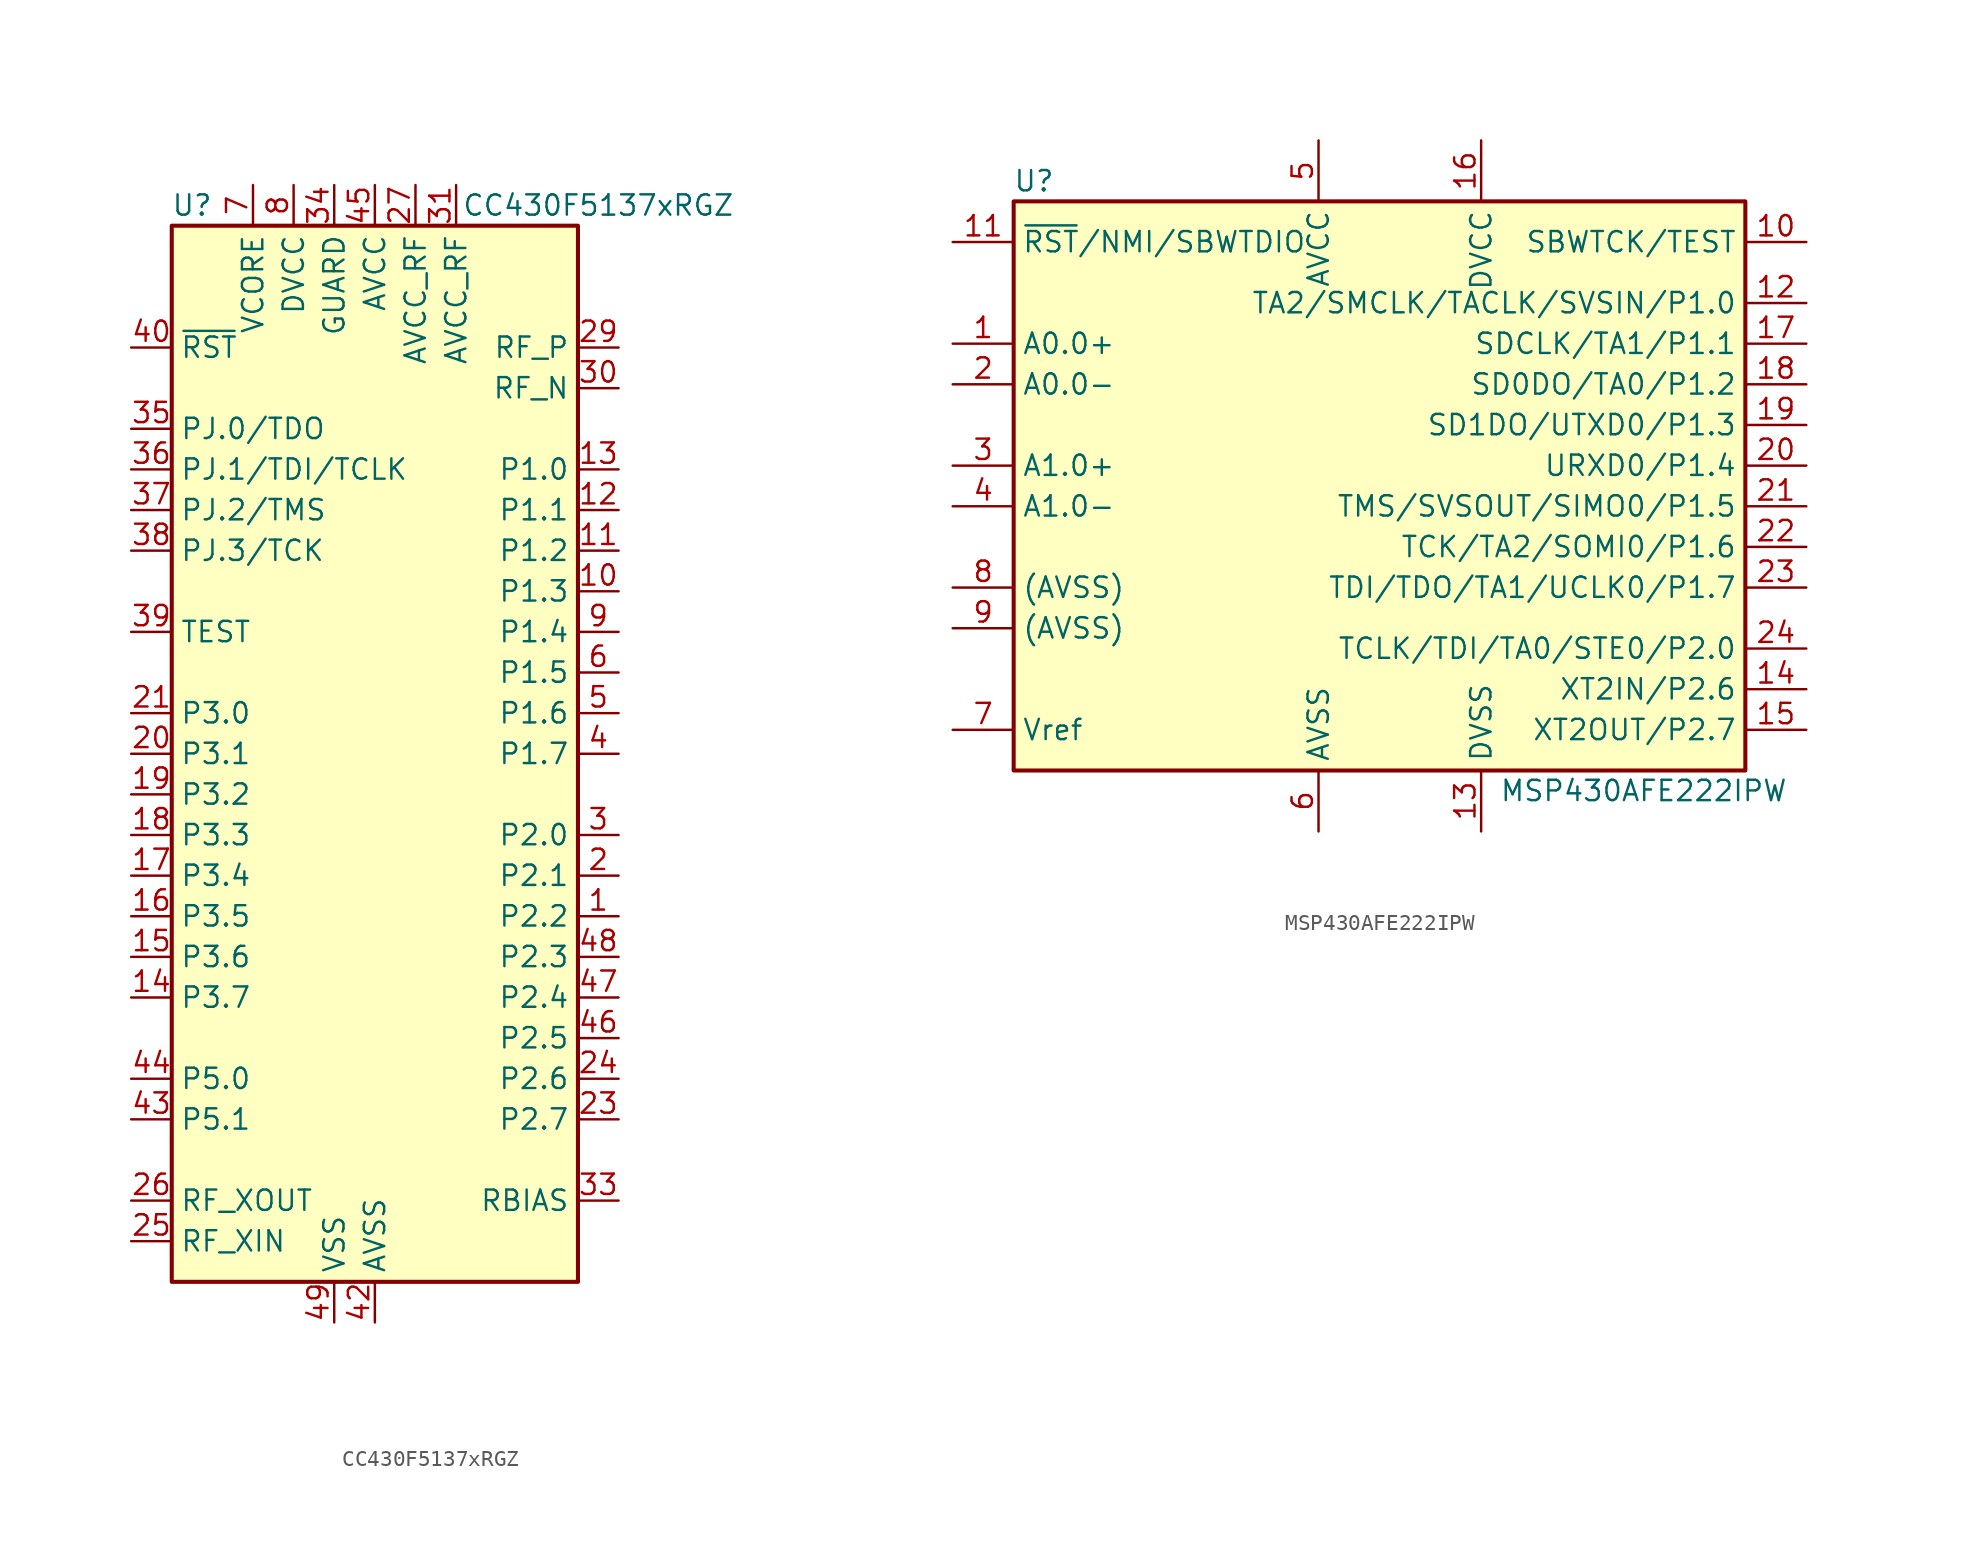
<source format=kicad_sym>
(kicad_symbol_lib
  (version 20211014)
  (generator kicad_symbol_editor)
  (symbol "CC430F5137xRGZ"
    (property "Reference" "U"
      (at -11.43 34.29 0)
      (effects (font (size 1.27 1.27))))
    (property "Value" "CC430F5137xRGZ"
      (at 13.97 34.29 0)
      (effects (font (size 1.27 1.27))))
    (symbol "CC430F5137xRGZ_0_1"
      (rectangle (start -12.7 33.02) (end 12.7 -33.02) (stroke (width 0.254) (type default) (color 0 0 0 0)) (fill (type background))))
    (symbol "CC430F5137xRGZ_1_1"
      (pin bidirectional line (at 15.24 -10.16 180) (length 2.54) (name "P2.2" (effects (font (size 1.27 1.27)))) (number "1" (effects (font (size 1.27 1.27)))))
      (pin bidirectional line (at 15.24 10.16 180) (length 2.54) (name "P1.3" (effects (font (size 1.27 1.27)))) (number "10" (effects (font (size 1.27 1.27)))))
      (pin bidirectional line (at 15.24 12.7 180) (length 2.54) (name "P1.2" (effects (font (size 1.27 1.27)))) (number "11" (effects (font (size 1.27 1.27)))))
      (pin bidirectional line (at 15.24 15.24 180) (length 2.54) (name "P1.1" (effects (font (size 1.27 1.27)))) (number "12" (effects (font (size 1.27 1.27)))))
      (pin bidirectional line (at 15.24 17.78 180) (length 2.54) (name "P1.0" (effects (font (size 1.27 1.27)))) (number "13" (effects (font (size 1.27 1.27)))))
      (pin bidirectional line (at -15.24 -15.24 0) (length 2.54) (name "P3.7" (effects (font (size 1.27 1.27)))) (number "14" (effects (font (size 1.27 1.27)))))
      (pin bidirectional line (at -15.24 -12.7 0) (length 2.54) (name "P3.6" (effects (font (size 1.27 1.27)))) (number "15" (effects (font (size 1.27 1.27)))))
      (pin bidirectional line (at -15.24 -10.16 0) (length 2.54) (name "P3.5" (effects (font (size 1.27 1.27)))) (number "16" (effects (font (size 1.27 1.27)))))
      (pin bidirectional line (at -15.24 -7.62 0) (length 2.54) (name "P3.4" (effects (font (size 1.27 1.27)))) (number "17" (effects (font (size 1.27 1.27)))))
      (pin bidirectional line (at -15.24 -5.08 0) (length 2.54) (name "P3.3" (effects (font (size 1.27 1.27)))) (number "18" (effects (font (size 1.27 1.27)))))
      (pin bidirectional line (at -15.24 -2.54 0) (length 2.54) (name "P3.2" (effects (font (size 1.27 1.27)))) (number "19" (effects (font (size 1.27 1.27)))))
      (pin bidirectional line (at 15.24 -7.62 180) (length 2.54) (name "P2.1" (effects (font (size 1.27 1.27)))) (number "2" (effects (font (size 1.27 1.27)))))
      (pin bidirectional line (at -15.24 0 0) (length 2.54) (name "P3.1" (effects (font (size 1.27 1.27)))) (number "20" (effects (font (size 1.27 1.27)))))
      (pin bidirectional line (at -15.24 2.54 0) (length 2.54) (name "P3.0" (effects (font (size 1.27 1.27)))) (number "21" (effects (font (size 1.27 1.27)))))
      (pin passive line (at -5.08 35.56 270) (length 2.54) hide (name "DVCC" (effects (font (size 1.27 1.27)))) (number "22" (effects (font (size 1.27 1.27)))))
      (pin bidirectional line (at 15.24 -22.86 180) (length 2.54) (name "P2.7" (effects (font (size 1.27 1.27)))) (number "23" (effects (font (size 1.27 1.27)))))
      (pin bidirectional line (at 15.24 -20.32 180) (length 2.54) (name "P2.6" (effects (font (size 1.27 1.27)))) (number "24" (effects (font (size 1.27 1.27)))))
      (pin input line (at -15.24 -30.48 0) (length 2.54) (name "RF_XIN" (effects (font (size 1.27 1.27)))) (number "25" (effects (font (size 1.27 1.27)))))
      (pin output line (at -15.24 -27.94 0) (length 2.54) (name "RF_XOUT" (effects (font (size 1.27 1.27)))) (number "26" (effects (font (size 1.27 1.27)))))
      (pin power_in line (at 2.54 35.56 270) (length 2.54) (name "AVCC_RF" (effects (font (size 1.27 1.27)))) (number "27" (effects (font (size 1.27 1.27)))))
      (pin passive line (at 2.54 35.56 270) (length 2.54) hide (name "AVCC_RF" (effects (font (size 1.27 1.27)))) (number "28" (effects (font (size 1.27 1.27)))))
      (pin passive line (at 15.24 25.4 180) (length 2.54) (name "RF_P" (effects (font (size 1.27 1.27)))) (number "29" (effects (font (size 1.27 1.27)))))
      (pin bidirectional line (at 15.24 -5.08 180) (length 2.54) (name "P2.0" (effects (font (size 1.27 1.27)))) (number "3" (effects (font (size 1.27 1.27)))))
      (pin passive line (at 15.24 22.86 180) (length 2.54) (name "RF_N" (effects (font (size 1.27 1.27)))) (number "30" (effects (font (size 1.27 1.27)))))
      (pin power_in line (at 5.08 35.56 270) (length 2.54) (name "AVCC_RF" (effects (font (size 1.27 1.27)))) (number "31" (effects (font (size 1.27 1.27)))))
      (pin passive line (at 5.08 35.56 270) (length 2.54) hide (name "AVCC_RF" (effects (font (size 1.27 1.27)))) (number "32" (effects (font (size 1.27 1.27)))))
      (pin passive line (at 15.24 -27.94 180) (length 2.54) (name "RBIAS" (effects (font (size 1.27 1.27)))) (number "33" (effects (font (size 1.27 1.27)))))
      (pin power_in line (at -2.54 35.56 270) (length 2.54) (name "GUARD" (effects (font (size 1.27 1.27)))) (number "34" (effects (font (size 1.27 1.27)))))
      (pin bidirectional line (at -15.24 20.32 0) (length 2.54) (name "PJ.0/TDO" (effects (font (size 1.27 1.27)))) (number "35" (effects (font (size 1.27 1.27)))))
      (pin bidirectional line (at -15.24 17.78 0) (length 2.54) (name "PJ.1/TDI/TCLK" (effects (font (size 1.27 1.27)))) (number "36" (effects (font (size 1.27 1.27)))))
      (pin bidirectional line (at -15.24 15.24 0) (length 2.54) (name "PJ.2/TMS" (effects (font (size 1.27 1.27)))) (number "37" (effects (font (size 1.27 1.27)))))
      (pin bidirectional line (at -15.24 12.7 0) (length 2.54) (name "PJ.3/TCK" (effects (font (size 1.27 1.27)))) (number "38" (effects (font (size 1.27 1.27)))))
      (pin bidirectional line (at -15.24 7.62 0) (length 2.54) (name "TEST" (effects (font (size 1.27 1.27)))) (number "39" (effects (font (size 1.27 1.27)))))
      (pin bidirectional line (at 15.24 0 180) (length 2.54) (name "P1.7" (effects (font (size 1.27 1.27)))) (number "4" (effects (font (size 1.27 1.27)))))
      (pin input line (at -15.24 25.4 0) (length 2.54) (name "~{RST}" (effects (font (size 1.27 1.27)))) (number "40" (effects (font (size 1.27 1.27)))))
      (pin passive line (at -5.08 35.56 270) (length 2.54) hide (name "DVCC" (effects (font (size 1.27 1.27)))) (number "41" (effects (font (size 1.27 1.27)))))
      (pin power_in line (at 0 -35.56 90) (length 2.54) (name "AVSS" (effects (font (size 1.27 1.27)))) (number "42" (effects (font (size 1.27 1.27)))))
      (pin bidirectional line (at -15.24 -22.86 0) (length 2.54) (name "P5.1" (effects (font (size 1.27 1.27)))) (number "43" (effects (font (size 1.27 1.27)))))
      (pin bidirectional line (at -15.24 -20.32 0) (length 2.54) (name "P5.0" (effects (font (size 1.27 1.27)))) (number "44" (effects (font (size 1.27 1.27)))))
      (pin power_in line (at 0 35.56 270) (length 2.54) (name "AVCC" (effects (font (size 1.27 1.27)))) (number "45" (effects (font (size 1.27 1.27)))))
      (pin bidirectional line (at 15.24 -17.78 180) (length 2.54) (name "P2.5" (effects (font (size 1.27 1.27)))) (number "46" (effects (font (size 1.27 1.27)))))
      (pin bidirectional line (at 15.24 -15.24 180) (length 2.54) (name "P2.4" (effects (font (size 1.27 1.27)))) (number "47" (effects (font (size 1.27 1.27)))))
      (pin bidirectional line (at 15.24 -12.7 180) (length 2.54) (name "P2.3" (effects (font (size 1.27 1.27)))) (number "48" (effects (font (size 1.27 1.27)))))
      (pin power_in line (at -2.54 -35.56 90) (length 2.54) (name "VSS" (effects (font (size 1.27 1.27)))) (number "49" (effects (font (size 1.27 1.27)))))
      (pin bidirectional line (at 15.24 2.54 180) (length 2.54) (name "P1.6" (effects (font (size 1.27 1.27)))) (number "5" (effects (font (size 1.27 1.27)))))
      (pin bidirectional line (at 15.24 5.08 180) (length 2.54) (name "P1.5" (effects (font (size 1.27 1.27)))) (number "6" (effects (font (size 1.27 1.27)))))
      (pin power_in line (at -7.62 35.56 270) (length 2.54) (name "VCORE" (effects (font (size 1.27 1.27)))) (number "7" (effects (font (size 1.27 1.27)))))
      (pin power_in line (at -5.08 35.56 270) (length 2.54) (name "DVCC" (effects (font (size 1.27 1.27)))) (number "8" (effects (font (size 1.27 1.27)))))
      (pin bidirectional line (at 15.24 7.62 180) (length 2.54) (name "P1.4" (effects (font (size 1.27 1.27)))) (number "9" (effects (font (size 1.27 1.27)))))))
  (symbol "MSP430AFE222IPW"
    (property "Reference" "U"
      (at -22.86 19.05 0)
      (effects (font (size 1.27 1.27))))
    (property "Value" "MSP430AFE222IPW"
      (at 15.24 -19.05 0)
      (effects (font (size 1.27 1.27))))
    (symbol "MSP430AFE222IPW_0_1"
      (rectangle (start -24.13 17.78) (end 21.59 -17.78) (stroke (width 0.254) (type default) (color 0 0 0 0)) (fill (type background))))
    (symbol "MSP430AFE222IPW_1_1"
      (pin passive line (at -27.94 8.89 0) (length 3.81) (name "A0.0+" (effects (font (size 1.27 1.27)))) (number "1" (effects (font (size 1.27 1.27)))))
      (pin input line (at 25.4 15.24 180) (length 3.81) (name "SBWTCK/TEST" (effects (font (size 1.27 1.27)))) (number "10" (effects (font (size 1.27 1.27)))))
      (pin input line (at -27.94 15.24 0) (length 3.81) (name "~{RST}/NMI/SBWTDIO" (effects (font (size 1.27 1.27)))) (number "11" (effects (font (size 1.27 1.27)))))
      (pin bidirectional line (at 25.4 11.43 180) (length 3.81) (name "TA2/SMCLK/TACLK/SVSIN/P1.0" (effects (font (size 1.27 1.27)))) (number "12" (effects (font (size 1.27 1.27)))))
      (pin power_in line (at 5.08 -21.59 90) (length 3.81) (name "DVSS" (effects (font (size 1.27 1.27)))) (number "13" (effects (font (size 1.27 1.27)))))
      (pin bidirectional line (at 25.4 -12.7 180) (length 3.81) (name "XT2IN/P2.6" (effects (font (size 1.27 1.27)))) (number "14" (effects (font (size 1.27 1.27)))))
      (pin bidirectional line (at 25.4 -15.24 180) (length 3.81) (name "XT2OUT/P2.7" (effects (font (size 1.27 1.27)))) (number "15" (effects (font (size 1.27 1.27)))))
      (pin power_in line (at 5.08 21.59 270) (length 3.81) (name "DVCC" (effects (font (size 1.27 1.27)))) (number "16" (effects (font (size 1.27 1.27)))))
      (pin bidirectional line (at 25.4 8.89 180) (length 3.81) (name "SDCLK/TA1/P1.1" (effects (font (size 1.27 1.27)))) (number "17" (effects (font (size 1.27 1.27)))))
      (pin bidirectional line (at 25.4 6.35 180) (length 3.81) (name "SD0DO/TA0/P1.2" (effects (font (size 1.27 1.27)))) (number "18" (effects (font (size 1.27 1.27)))))
      (pin bidirectional line (at 25.4 3.81 180) (length 3.81) (name "SD1DO/UTXD0/P1.3" (effects (font (size 1.27 1.27)))) (number "19" (effects (font (size 1.27 1.27)))))
      (pin passive line (at -27.94 6.35 0) (length 3.81) (name "A0.0-" (effects (font (size 1.27 1.27)))) (number "2" (effects (font (size 1.27 1.27)))))
      (pin bidirectional line (at 25.4 1.27 180) (length 3.81) (name "URXD0/P1.4" (effects (font (size 1.27 1.27)))) (number "20" (effects (font (size 1.27 1.27)))))
      (pin bidirectional line (at 25.4 -1.27 180) (length 3.81) (name "TMS/SVSOUT/SIMO0/P1.5" (effects (font (size 1.27 1.27)))) (number "21" (effects (font (size 1.27 1.27)))))
      (pin bidirectional line (at 25.4 -3.81 180) (length 3.81) (name "TCK/TA2/SOMI0/P1.6" (effects (font (size 1.27 1.27)))) (number "22" (effects (font (size 1.27 1.27)))))
      (pin bidirectional line (at 25.4 -6.35 180) (length 3.81) (name "TDI/TDO/TA1/UCLK0/P1.7" (effects (font (size 1.27 1.27)))) (number "23" (effects (font (size 1.27 1.27)))))
      (pin bidirectional line (at 25.4 -10.16 180) (length 3.81) (name "TCLK/TDI/TA0/STE0/P2.0" (effects (font (size 1.27 1.27)))) (number "24" (effects (font (size 1.27 1.27)))))
      (pin passive line (at -27.94 1.27 0) (length 3.81) (name "A1.0+" (effects (font (size 1.27 1.27)))) (number "3" (effects (font (size 1.27 1.27)))))
      (pin passive line (at -27.94 -1.27 0) (length 3.81) (name "A1.0-" (effects (font (size 1.27 1.27)))) (number "4" (effects (font (size 1.27 1.27)))))
      (pin power_in line (at -5.08 21.59 270) (length 3.81) (name "AVCC" (effects (font (size 1.27 1.27)))) (number "5" (effects (font (size 1.27 1.27)))))
      (pin power_in line (at -5.08 -21.59 90) (length 3.81) (name "AVSS" (effects (font (size 1.27 1.27)))) (number "6" (effects (font (size 1.27 1.27)))))
      (pin passive line (at -27.94 -15.24 0) (length 3.81) (name "Vref" (effects (font (size 1.27 1.27)))) (number "7" (effects (font (size 1.27 1.27)))))
      (pin passive line (at -27.94 -6.35 0) (length 3.81) (name "(AVSS)" (effects (font (size 1.27 1.27)))) (number "8" (effects (font (size 1.27 1.27)))))
      (pin passive line (at -27.94 -8.89 0) (length 3.81) (name "(AVSS)" (effects (font (size 1.27 1.27)))) (number "9" (effects (font (size 1.27 1.27))))))))
</source>
